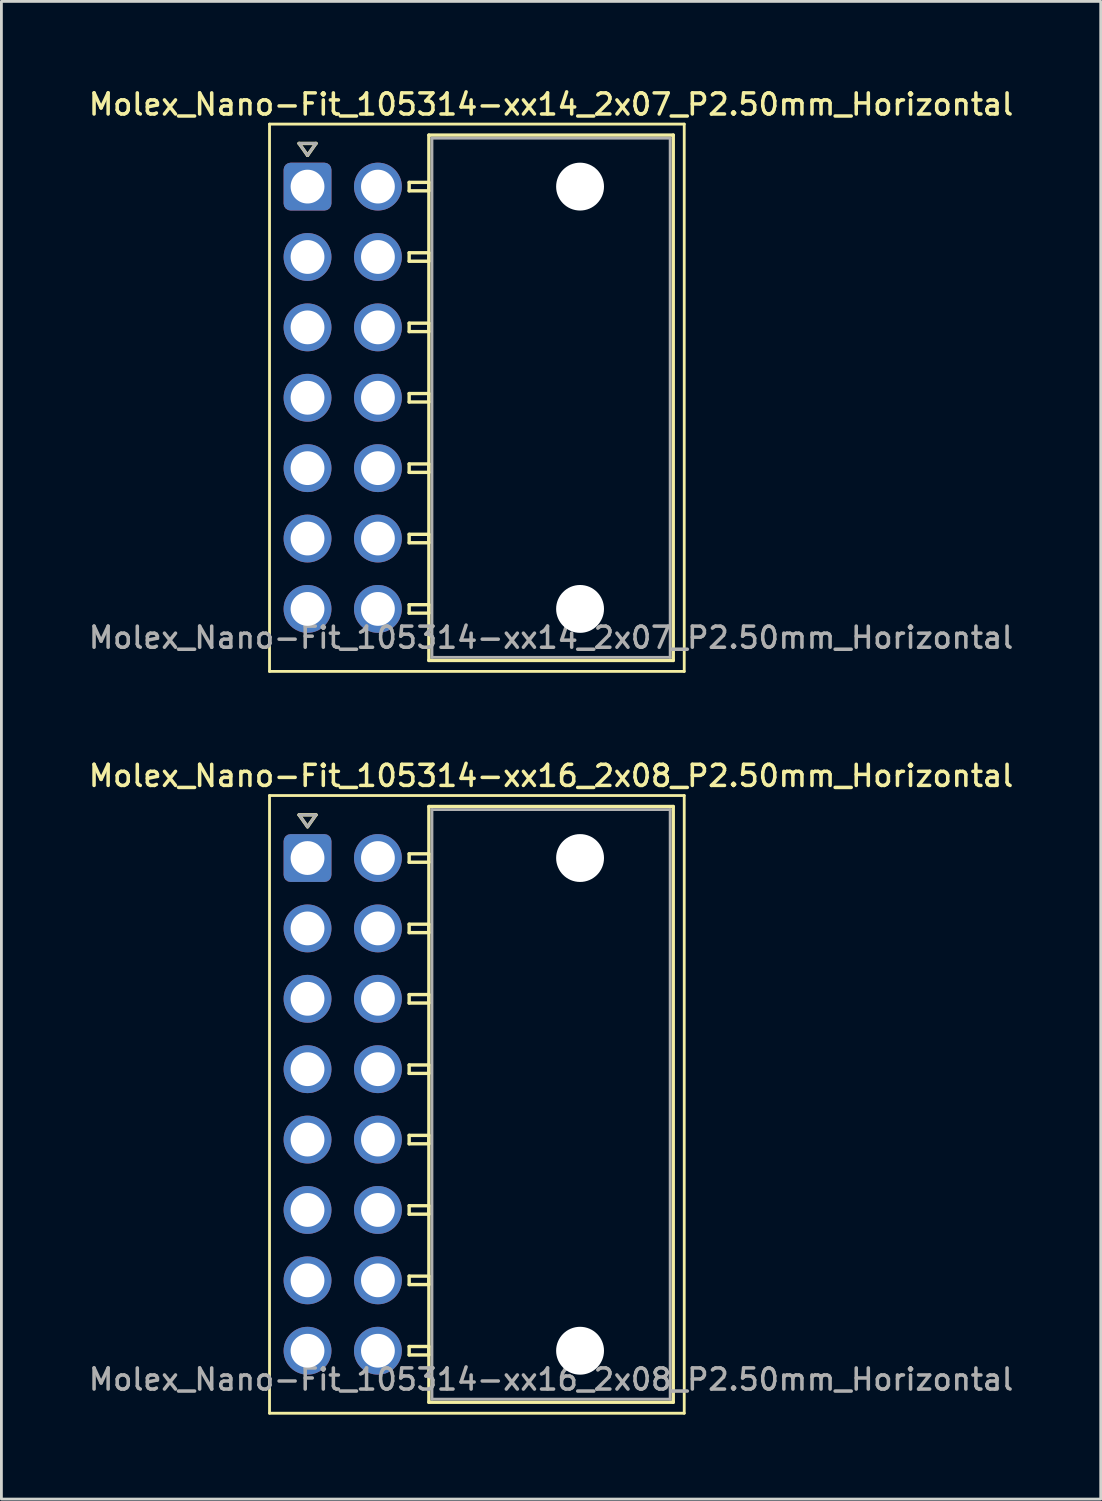
<source format=kicad_pcb>
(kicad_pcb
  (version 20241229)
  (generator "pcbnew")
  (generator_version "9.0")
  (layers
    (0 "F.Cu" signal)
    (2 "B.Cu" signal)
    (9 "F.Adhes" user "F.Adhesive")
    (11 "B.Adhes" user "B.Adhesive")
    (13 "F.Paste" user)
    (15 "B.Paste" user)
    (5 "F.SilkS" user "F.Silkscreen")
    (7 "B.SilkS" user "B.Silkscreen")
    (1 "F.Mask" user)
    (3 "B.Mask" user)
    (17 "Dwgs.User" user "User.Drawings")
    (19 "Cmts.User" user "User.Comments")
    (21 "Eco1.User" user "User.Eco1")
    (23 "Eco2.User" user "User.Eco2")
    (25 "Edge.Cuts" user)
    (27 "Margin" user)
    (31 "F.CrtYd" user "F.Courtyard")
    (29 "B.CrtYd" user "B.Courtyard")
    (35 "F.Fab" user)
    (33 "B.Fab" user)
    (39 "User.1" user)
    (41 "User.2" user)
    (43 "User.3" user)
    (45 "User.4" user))
  (footprint "Molex_Nano-Fit_105314-xx14_2x07_P2.50mm_Horizontal"
    (layer "F.Cu")
    (at 7.873 3.578)
    (property "Reference" "Molex_Nano-Fit_105314-xx14_2x07_P2.50mm_Horizontal" (at 8.65 -2.92 0) (layer "F.SilkS") (effects (font (size 0.75 0.75) (thickness 0.125))))
    (attr through_hole)
    (fp_line (start -1.35 -2.22) (end -1.35 17.22) (stroke (width 0.1) (type solid)) (layer "F.SilkS"))
    (fp_line (start -1.35 17.22) (end 13.38 17.22) (stroke (width 0.1) (type solid)) (layer "F.SilkS"))
    (fp_line (start -0.3 -1.534) (end 0 -1.11) (stroke (width 0.12) (type solid)) (layer "F.SilkS"))
    (fp_line (start 0 -1.11) (end 0.3 -1.534) (stroke (width 0.12) (type solid)) (layer "F.SilkS"))
    (fp_line (start 0.3 -1.534) (end -0.3 -1.534) (stroke (width 0.12) (type solid)) (layer "F.SilkS"))
    (fp_line (start 3.61 -0.15) (end 3.61 0.15) (stroke (width 0.12) (type solid)) (layer "F.SilkS"))
    (fp_line (start 3.61 0.15) (end 4.31 0.15) (stroke (width 0.12) (type solid)) (layer "F.SilkS"))
    (fp_line (start 3.61 2.35) (end 3.61 2.65) (stroke (width 0.12) (type solid)) (layer "F.SilkS"))
    (fp_line (start 3.61 2.65) (end 4.31 2.65) (stroke (width 0.12) (type solid)) (layer "F.SilkS"))
    (fp_line (start 3.61 4.85) (end 3.61 5.15) (stroke (width 0.12) (type solid)) (layer "F.SilkS"))
    (fp_line (start 3.61 5.15) (end 4.31 5.15) (stroke (width 0.12) (type solid)) (layer "F.SilkS"))
    (fp_line (start 3.61 7.35) (end 3.61 7.65) (stroke (width 0.12) (type solid)) (layer "F.SilkS"))
    (fp_line (start 3.61 7.65) (end 4.31 7.65) (stroke (width 0.12) (type solid)) (layer "F.SilkS"))
    (fp_line (start 3.61 9.85) (end 3.61 10.15) (stroke (width 0.12) (type solid)) (layer "F.SilkS"))
    (fp_line (start 3.61 10.15) (end 4.31 10.15) (stroke (width 0.12) (type solid)) (layer "F.SilkS"))
    (fp_line (start 3.61 12.35) (end 3.61 12.65) (stroke (width 0.12) (type solid)) (layer "F.SilkS"))
    (fp_line (start 3.61 12.65) (end 4.31 12.65) (stroke (width 0.12) (type solid)) (layer "F.SilkS"))
    (fp_line (start 3.61 14.85) (end 3.61 15.15) (stroke (width 0.12) (type solid)) (layer "F.SilkS"))
    (fp_line (start 3.61 15.15) (end 4.31 15.15) (stroke (width 0.12) (type solid)) (layer "F.SilkS"))
    (fp_line (start 4.31 -1.83) (end 4.31 16.83) (stroke (width 0.12) (type solid)) (layer "F.SilkS"))
    (fp_line (start 4.31 -0.15) (end 3.61 -0.15) (stroke (width 0.12) (type solid)) (layer "F.SilkS"))
    (fp_line (start 4.31 0.15) (end 4.31 -0.15) (stroke (width 0.12) (type solid)) (layer "F.SilkS"))
    (fp_line (start 4.31 2.35) (end 3.61 2.35) (stroke (width 0.12) (type solid)) (layer "F.SilkS"))
    (fp_line (start 4.31 2.65) (end 4.31 2.35) (stroke (width 0.12) (type solid)) (layer "F.SilkS"))
    (fp_line (start 4.31 4.85) (end 3.61 4.85) (stroke (width 0.12) (type solid)) (layer "F.SilkS"))
    (fp_line (start 4.31 5.15) (end 4.31 4.85) (stroke (width 0.12) (type solid)) (layer "F.SilkS"))
    (fp_line (start 4.31 7.35) (end 3.61 7.35) (stroke (width 0.12) (type solid)) (layer "F.SilkS"))
    (fp_line (start 4.31 7.65) (end 4.31 7.35) (stroke (width 0.12) (type solid)) (layer "F.SilkS"))
    (fp_line (start 4.31 9.85) (end 3.61 9.85) (stroke (width 0.12) (type solid)) (layer "F.SilkS"))
    (fp_line (start 4.31 10.15) (end 4.31 9.85) (stroke (width 0.12) (type solid)) (layer "F.SilkS"))
    (fp_line (start 4.31 12.35) (end 3.61 12.35) (stroke (width 0.12) (type solid)) (layer "F.SilkS"))
    (fp_line (start 4.31 12.65) (end 4.31 12.35) (stroke (width 0.12) (type solid)) (layer "F.SilkS"))
    (fp_line (start 4.31 14.85) (end 3.61 14.85) (stroke (width 0.12) (type solid)) (layer "F.SilkS"))
    (fp_line (start 4.31 15.15) (end 4.31 14.85) (stroke (width 0.12) (type solid)) (layer "F.SilkS"))
    (fp_line (start 4.31 16.83) (end 12.99 16.83) (stroke (width 0.12) (type solid)) (layer "F.SilkS"))
    (fp_line (start 12.99 -1.83) (end 4.31 -1.83) (stroke (width 0.12) (type solid)) (layer "F.SilkS"))
    (fp_line (start 12.99 16.83) (end 12.99 -1.83) (stroke (width 0.12) (type solid)) (layer "F.SilkS"))
    (fp_line (start 13.38 -2.22) (end -1.35 -2.22) (stroke (width 0.1) (type solid)) (layer "F.SilkS"))
    (fp_line (start 13.38 17.22) (end 13.38 -2.22) (stroke (width 0.1) (type solid)) (layer "F.SilkS"))
    (fp_line (start -0.3 -1.534) (end 0 -1.11) (stroke (width 0.1) (type solid)) (layer "F.Fab"))
    (fp_line (start 0 -1.11) (end 0.3 -1.534) (stroke (width 0.1) (type solid)) (layer "F.Fab"))
    (fp_line (start 0.3 -1.534) (end -0.3 -1.534) (stroke (width 0.1) (type solid)) (layer "F.Fab"))
    (fp_line (start 4.42 -1.72) (end 4.42 16.72) (stroke (width 0.1) (type solid)) (layer "F.Fab"))
    (fp_line (start 4.42 16.72) (end 12.88 16.72) (stroke (width 0.1) (type solid)) (layer "F.Fab"))
    (fp_line (start 12.88 -1.72) (end 4.42 -1.72) (stroke (width 0.1) (type solid)) (layer "F.Fab"))
    (fp_line (start 12.88 16.72) (end 12.88 -1.72) (stroke (width 0.1) (type solid)) (layer "F.Fab"))
    (fp_text user "${REFERENCE}" (at 8.65 16.02 0) (layer "F.Fab") (effects (font (size 0.75 0.75) (thickness 0.125))))
    (pad "" np_thru_hole circle (at 9.68 0) (size 1.7 1.7) (drill 1.7) (layers "*.Cu" "*.Mask"))
    (pad "" np_thru_hole circle (at 9.68 15) (size 1.7 1.7) (drill 1.7) (layers "*.Cu" "*.Mask"))
    (pad "1" thru_hole roundrect (at 0 0) (size 1.7 1.7) (drill 1.2) (layers "*.Cu" "*.Mask") (roundrect_rratio 0.147))
    (pad "2" thru_hole circle (at 0 2.5) (size 1.7 1.7) (drill 1.2) (layers "*.Cu" "*.Mask"))
    (pad "3" thru_hole circle (at 0 5) (size 1.7 1.7) (drill 1.2) (layers "*.Cu" "*.Mask"))
    (pad "4" thru_hole circle (at 0 7.5) (size 1.7 1.7) (drill 1.2) (layers "*.Cu" "*.Mask"))
    (pad "5" thru_hole circle (at 0 10) (size 1.7 1.7) (drill 1.2) (layers "*.Cu" "*.Mask"))
    (pad "6" thru_hole circle (at 0 12.5) (size 1.7 1.7) (drill 1.2) (layers "*.Cu" "*.Mask"))
    (pad "7" thru_hole circle (at 0 15) (size 1.7 1.7) (drill 1.2) (layers "*.Cu" "*.Mask"))
    (pad "8" thru_hole circle (at 2.5 0) (size 1.7 1.7) (drill 1.2) (layers "*.Cu" "*.Mask"))
    (pad "9" thru_hole circle (at 2.5 2.5) (size 1.7 1.7) (drill 1.2) (layers "*.Cu" "*.Mask"))
    (pad "10" thru_hole circle (at 2.5 5) (size 1.7 1.7) (drill 1.2) (layers "*.Cu" "*.Mask"))
    (pad "11" thru_hole circle (at 2.5 7.5) (size 1.7 1.7) (drill 1.2) (layers "*.Cu" "*.Mask"))
    (pad "12" thru_hole circle (at 2.5 10) (size 1.7 1.7) (drill 1.2) (layers "*.Cu" "*.Mask"))
    (pad "13" thru_hole circle (at 2.5 12.5) (size 1.7 1.7) (drill 1.2) (layers "*.Cu" "*.Mask"))
    (pad "14" thru_hole circle (at 2.5 15) (size 1.7 1.7) (drill 1.2) (layers "*.Cu" "*.Mask")))
  (footprint "Molex_Nano-Fit_105314-xx16_2x08_P2.50mm_Horizontal"
    (layer "F.Cu")
    (at 7.873 27.426)
    (property "Reference" "Molex_Nano-Fit_105314-xx16_2x08_P2.50mm_Horizontal" (at 8.65 -2.92 0) (layer "F.SilkS") (effects (font (size 0.75 0.75) (thickness 0.125))))
    (attr through_hole)
    (fp_line (start -1.35 -2.22) (end -1.35 19.72) (stroke (width 0.1) (type solid)) (layer "F.SilkS"))
    (fp_line (start -1.35 19.72) (end 13.38 19.72) (stroke (width 0.1) (type solid)) (layer "F.SilkS"))
    (fp_line (start -0.3 -1.534) (end 0 -1.11) (stroke (width 0.12) (type solid)) (layer "F.SilkS"))
    (fp_line (start 0 -1.11) (end 0.3 -1.534) (stroke (width 0.12) (type solid)) (layer "F.SilkS"))
    (fp_line (start 0.3 -1.534) (end -0.3 -1.534) (stroke (width 0.12) (type solid)) (layer "F.SilkS"))
    (fp_line (start 3.61 -0.15) (end 3.61 0.15) (stroke (width 0.12) (type solid)) (layer "F.SilkS"))
    (fp_line (start 3.61 0.15) (end 4.31 0.15) (stroke (width 0.12) (type solid)) (layer "F.SilkS"))
    (fp_line (start 3.61 2.35) (end 3.61 2.65) (stroke (width 0.12) (type solid)) (layer "F.SilkS"))
    (fp_line (start 3.61 2.65) (end 4.31 2.65) (stroke (width 0.12) (type solid)) (layer "F.SilkS"))
    (fp_line (start 3.61 4.85) (end 3.61 5.15) (stroke (width 0.12) (type solid)) (layer "F.SilkS"))
    (fp_line (start 3.61 5.15) (end 4.31 5.15) (stroke (width 0.12) (type solid)) (layer "F.SilkS"))
    (fp_line (start 3.61 7.35) (end 3.61 7.65) (stroke (width 0.12) (type solid)) (layer "F.SilkS"))
    (fp_line (start 3.61 7.65) (end 4.31 7.65) (stroke (width 0.12) (type solid)) (layer "F.SilkS"))
    (fp_line (start 3.61 9.85) (end 3.61 10.15) (stroke (width 0.12) (type solid)) (layer "F.SilkS"))
    (fp_line (start 3.61 10.15) (end 4.31 10.15) (stroke (width 0.12) (type solid)) (layer "F.SilkS"))
    (fp_line (start 3.61 12.35) (end 3.61 12.65) (stroke (width 0.12) (type solid)) (layer "F.SilkS"))
    (fp_line (start 3.61 12.65) (end 4.31 12.65) (stroke (width 0.12) (type solid)) (layer "F.SilkS"))
    (fp_line (start 3.61 14.85) (end 3.61 15.15) (stroke (width 0.12) (type solid)) (layer "F.SilkS"))
    (fp_line (start 3.61 15.15) (end 4.31 15.15) (stroke (width 0.12) (type solid)) (layer "F.SilkS"))
    (fp_line (start 3.61 17.35) (end 3.61 17.65) (stroke (width 0.12) (type solid)) (layer "F.SilkS"))
    (fp_line (start 3.61 17.65) (end 4.31 17.65) (stroke (width 0.12) (type solid)) (layer "F.SilkS"))
    (fp_line (start 4.31 -1.83) (end 4.31 19.33) (stroke (width 0.12) (type solid)) (layer "F.SilkS"))
    (fp_line (start 4.31 -0.15) (end 3.61 -0.15) (stroke (width 0.12) (type solid)) (layer "F.SilkS"))
    (fp_line (start 4.31 0.15) (end 4.31 -0.15) (stroke (width 0.12) (type solid)) (layer "F.SilkS"))
    (fp_line (start 4.31 2.35) (end 3.61 2.35) (stroke (width 0.12) (type solid)) (layer "F.SilkS"))
    (fp_line (start 4.31 2.65) (end 4.31 2.35) (stroke (width 0.12) (type solid)) (layer "F.SilkS"))
    (fp_line (start 4.31 4.85) (end 3.61 4.85) (stroke (width 0.12) (type solid)) (layer "F.SilkS"))
    (fp_line (start 4.31 5.15) (end 4.31 4.85) (stroke (width 0.12) (type solid)) (layer "F.SilkS"))
    (fp_line (start 4.31 7.35) (end 3.61 7.35) (stroke (width 0.12) (type solid)) (layer "F.SilkS"))
    (fp_line (start 4.31 7.65) (end 4.31 7.35) (stroke (width 0.12) (type solid)) (layer "F.SilkS"))
    (fp_line (start 4.31 9.85) (end 3.61 9.85) (stroke (width 0.12) (type solid)) (layer "F.SilkS"))
    (fp_line (start 4.31 10.15) (end 4.31 9.85) (stroke (width 0.12) (type solid)) (layer "F.SilkS"))
    (fp_line (start 4.31 12.35) (end 3.61 12.35) (stroke (width 0.12) (type solid)) (layer "F.SilkS"))
    (fp_line (start 4.31 12.65) (end 4.31 12.35) (stroke (width 0.12) (type solid)) (layer "F.SilkS"))
    (fp_line (start 4.31 14.85) (end 3.61 14.85) (stroke (width 0.12) (type solid)) (layer "F.SilkS"))
    (fp_line (start 4.31 15.15) (end 4.31 14.85) (stroke (width 0.12) (type solid)) (layer "F.SilkS"))
    (fp_line (start 4.31 17.35) (end 3.61 17.35) (stroke (width 0.12) (type solid)) (layer "F.SilkS"))
    (fp_line (start 4.31 17.65) (end 4.31 17.35) (stroke (width 0.12) (type solid)) (layer "F.SilkS"))
    (fp_line (start 4.31 19.33) (end 12.99 19.33) (stroke (width 0.12) (type solid)) (layer "F.SilkS"))
    (fp_line (start 12.99 -1.83) (end 4.31 -1.83) (stroke (width 0.12) (type solid)) (layer "F.SilkS"))
    (fp_line (start 12.99 19.33) (end 12.99 -1.83) (stroke (width 0.12) (type solid)) (layer "F.SilkS"))
    (fp_line (start 13.38 -2.22) (end -1.35 -2.22) (stroke (width 0.1) (type solid)) (layer "F.SilkS"))
    (fp_line (start 13.38 19.72) (end 13.38 -2.22) (stroke (width 0.1) (type solid)) (layer "F.SilkS"))
    (fp_line (start -0.3 -1.534) (end 0 -1.11) (stroke (width 0.1) (type solid)) (layer "F.Fab"))
    (fp_line (start 0 -1.11) (end 0.3 -1.534) (stroke (width 0.1) (type solid)) (layer "F.Fab"))
    (fp_line (start 0.3 -1.534) (end -0.3 -1.534) (stroke (width 0.1) (type solid)) (layer "F.Fab"))
    (fp_line (start 4.42 -1.72) (end 4.42 19.22) (stroke (width 0.1) (type solid)) (layer "F.Fab"))
    (fp_line (start 4.42 19.22) (end 12.88 19.22) (stroke (width 0.1) (type solid)) (layer "F.Fab"))
    (fp_line (start 12.88 -1.72) (end 4.42 -1.72) (stroke (width 0.1) (type solid)) (layer "F.Fab"))
    (fp_line (start 12.88 19.22) (end 12.88 -1.72) (stroke (width 0.1) (type solid)) (layer "F.Fab"))
    (fp_text user "${REFERENCE}" (at 8.65 18.52 0) (layer "F.Fab") (effects (font (size 0.75 0.75) (thickness 0.125))))
    (pad "" np_thru_hole circle (at 9.68 0) (size 1.7 1.7) (drill 1.7) (layers "*.Cu" "*.Mask"))
    (pad "" np_thru_hole circle (at 9.68 17.5) (size 1.7 1.7) (drill 1.7) (layers "*.Cu" "*.Mask"))
    (pad "1" thru_hole roundrect (at 0 0) (size 1.7 1.7) (drill 1.2) (layers "*.Cu" "*.Mask") (roundrect_rratio 0.147))
    (pad "2" thru_hole circle (at 0 2.5) (size 1.7 1.7) (drill 1.2) (layers "*.Cu" "*.Mask"))
    (pad "3" thru_hole circle (at 0 5) (size 1.7 1.7) (drill 1.2) (layers "*.Cu" "*.Mask"))
    (pad "4" thru_hole circle (at 0 7.5) (size 1.7 1.7) (drill 1.2) (layers "*.Cu" "*.Mask"))
    (pad "5" thru_hole circle (at 0 10) (size 1.7 1.7) (drill 1.2) (layers "*.Cu" "*.Mask"))
    (pad "6" thru_hole circle (at 0 12.5) (size 1.7 1.7) (drill 1.2) (layers "*.Cu" "*.Mask"))
    (pad "7" thru_hole circle (at 0 15) (size 1.7 1.7) (drill 1.2) (layers "*.Cu" "*.Mask"))
    (pad "8" thru_hole circle (at 0 17.5) (size 1.7 1.7) (drill 1.2) (layers "*.Cu" "*.Mask"))
    (pad "9" thru_hole circle (at 2.5 0) (size 1.7 1.7) (drill 1.2) (layers "*.Cu" "*.Mask"))
    (pad "10" thru_hole circle (at 2.5 2.5) (size 1.7 1.7) (drill 1.2) (layers "*.Cu" "*.Mask"))
    (pad "11" thru_hole circle (at 2.5 5) (size 1.7 1.7) (drill 1.2) (layers "*.Cu" "*.Mask"))
    (pad "12" thru_hole circle (at 2.5 7.5) (size 1.7 1.7) (drill 1.2) (layers "*.Cu" "*.Mask"))
    (pad "13" thru_hole circle (at 2.5 10) (size 1.7 1.7) (drill 1.2) (layers "*.Cu" "*.Mask"))
    (pad "14" thru_hole circle (at 2.5 12.5) (size 1.7 1.7) (drill 1.2) (layers "*.Cu" "*.Mask"))
    (pad "15" thru_hole circle (at 2.5 15) (size 1.7 1.7) (drill 1.2) (layers "*.Cu" "*.Mask"))
    (pad "16" thru_hole circle (at 2.5 17.5) (size 1.7 1.7) (drill 1.2) (layers "*.Cu" "*.Mask")))
  (gr_rect
    (start -3 -3)
    (end 36.046 50.196)
    (stroke (width 0.1) (type default))
    (fill no)
    (layer "Edge.Cuts")))
</source>
